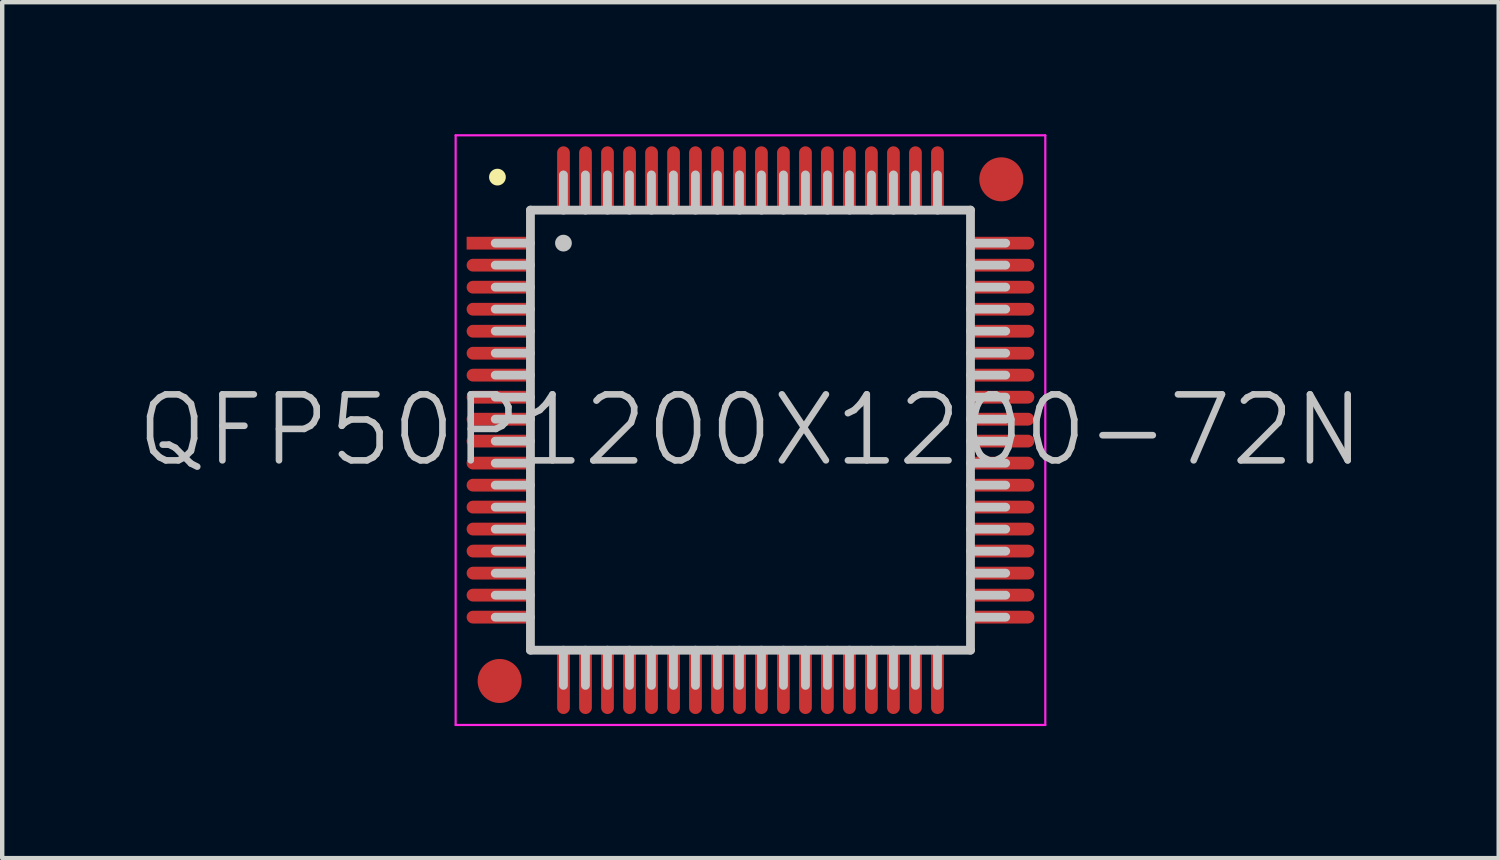
<source format=kicad_pcb>
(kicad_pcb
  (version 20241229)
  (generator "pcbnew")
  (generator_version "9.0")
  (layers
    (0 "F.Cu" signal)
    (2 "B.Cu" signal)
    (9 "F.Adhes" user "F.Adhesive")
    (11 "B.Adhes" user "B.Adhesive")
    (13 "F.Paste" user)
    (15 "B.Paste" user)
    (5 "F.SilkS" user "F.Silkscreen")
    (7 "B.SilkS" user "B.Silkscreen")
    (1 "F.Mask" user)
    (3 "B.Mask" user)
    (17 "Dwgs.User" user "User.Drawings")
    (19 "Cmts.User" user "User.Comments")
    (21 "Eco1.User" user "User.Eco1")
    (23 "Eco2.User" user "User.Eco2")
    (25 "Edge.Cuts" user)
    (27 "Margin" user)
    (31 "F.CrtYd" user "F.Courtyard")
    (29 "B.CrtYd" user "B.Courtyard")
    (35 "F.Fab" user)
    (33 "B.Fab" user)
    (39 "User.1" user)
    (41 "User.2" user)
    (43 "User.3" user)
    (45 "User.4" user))
  (footprint "QFP50P1200X1200-72N"
    (layer "F.Cu")
    (at 14.004 6.725)
    (property "Reference" "QFP50P1200X1200-72N" (at 0 0 0) (layer "Dwgs.User") (effects (font (size 1.5 1.5) (thickness 0.15))))
    (attr smd)
    (fp_line (start -5.75 -5.75) (end -5.75 -5.75) (stroke (width 0.381) (type solid)) (layer "F.SilkS"))
    (fp_line (start -5 -5) (end -5 5) (stroke (width 0.2) (type solid)) (layer "Dwgs.User"))
    (fp_line (start -5 -5) (end 5 -5) (stroke (width 0.2) (type solid)) (layer "Dwgs.User"))
    (fp_line (start -5 -4.25) (end -5.8 -4.25) (stroke (width 0.2) (type solid)) (layer "Dwgs.User"))
    (fp_line (start -5 -3.75) (end -5.8 -3.75) (stroke (width 0.2) (type solid)) (layer "Dwgs.User"))
    (fp_line (start -5 -3.25) (end -5.8 -3.25) (stroke (width 0.2) (type solid)) (layer "Dwgs.User"))
    (fp_line (start -5 -2.75) (end -5.8 -2.75) (stroke (width 0.2) (type solid)) (layer "Dwgs.User"))
    (fp_line (start -5 -2.25) (end -5.8 -2.25) (stroke (width 0.2) (type solid)) (layer "Dwgs.User"))
    (fp_line (start -5 -1.75) (end -5.8 -1.75) (stroke (width 0.2) (type solid)) (layer "Dwgs.User"))
    (fp_line (start -5 -1.25) (end -5.8 -1.25) (stroke (width 0.2) (type solid)) (layer "Dwgs.User"))
    (fp_line (start -5 -0.75) (end -5.8 -0.75) (stroke (width 0.2) (type solid)) (layer "Dwgs.User"))
    (fp_line (start -5 -0.25) (end -5.8 -0.25) (stroke (width 0.2) (type solid)) (layer "Dwgs.User"))
    (fp_line (start -5 0.25) (end -5.8 0.25) (stroke (width 0.2) (type solid)) (layer "Dwgs.User"))
    (fp_line (start -5 0.75) (end -5.8 0.75) (stroke (width 0.2) (type solid)) (layer "Dwgs.User"))
    (fp_line (start -5 1.25) (end -5.8 1.25) (stroke (width 0.2) (type solid)) (layer "Dwgs.User"))
    (fp_line (start -5 1.75) (end -5.8 1.75) (stroke (width 0.2) (type solid)) (layer "Dwgs.User"))
    (fp_line (start -5 2.25) (end -5.8 2.25) (stroke (width 0.2) (type solid)) (layer "Dwgs.User"))
    (fp_line (start -5 2.75) (end -5.8 2.75) (stroke (width 0.2) (type solid)) (layer "Dwgs.User"))
    (fp_line (start -5 3.25) (end -5.8 3.25) (stroke (width 0.2) (type solid)) (layer "Dwgs.User"))
    (fp_line (start -5 3.75) (end -5.8 3.75) (stroke (width 0.2) (type solid)) (layer "Dwgs.User"))
    (fp_line (start -5 4.25) (end -5.8 4.25) (stroke (width 0.2) (type solid)) (layer "Dwgs.User"))
    (fp_line (start -5 5) (end 5 5) (stroke (width 0.2) (type solid)) (layer "Dwgs.User"))
    (fp_line (start -4.25 -5) (end -4.25 -5.8) (stroke (width 0.2) (type solid)) (layer "Dwgs.User"))
    (fp_line (start -4.25 -4.25) (end -4.25 -4.25) (stroke (width 0.381) (type solid)) (layer "Dwgs.User"))
    (fp_line (start -4.25 5.8) (end -4.25 5) (stroke (width 0.2) (type solid)) (layer "Dwgs.User"))
    (fp_line (start -3.75 -5) (end -3.75 -5.8) (stroke (width 0.2) (type solid)) (layer "Dwgs.User"))
    (fp_line (start -3.75 5.8) (end -3.75 5) (stroke (width 0.2) (type solid)) (layer "Dwgs.User"))
    (fp_line (start -3.25 -5) (end -3.25 -5.8) (stroke (width 0.2) (type solid)) (layer "Dwgs.User"))
    (fp_line (start -3.25 5.8) (end -3.25 5) (stroke (width 0.2) (type solid)) (layer "Dwgs.User"))
    (fp_line (start -2.75 -5) (end -2.75 -5.8) (stroke (width 0.2) (type solid)) (layer "Dwgs.User"))
    (fp_line (start -2.75 5.8) (end -2.75 5) (stroke (width 0.2) (type solid)) (layer "Dwgs.User"))
    (fp_line (start -2.25 -5) (end -2.25 -5.8) (stroke (width 0.2) (type solid)) (layer "Dwgs.User"))
    (fp_line (start -2.25 5.8) (end -2.25 5) (stroke (width 0.2) (type solid)) (layer "Dwgs.User"))
    (fp_line (start -1.75 -5) (end -1.75 -5.8) (stroke (width 0.2) (type solid)) (layer "Dwgs.User"))
    (fp_line (start -1.75 5.8) (end -1.75 5) (stroke (width 0.2) (type solid)) (layer "Dwgs.User"))
    (fp_line (start -1.25 -5) (end -1.25 -5.8) (stroke (width 0.2) (type solid)) (layer "Dwgs.User"))
    (fp_line (start -1.25 5.8) (end -1.25 5) (stroke (width 0.2) (type solid)) (layer "Dwgs.User"))
    (fp_line (start -0.75 -5) (end -0.75 -5.8) (stroke (width 0.2) (type solid)) (layer "Dwgs.User"))
    (fp_line (start -0.75 5.8) (end -0.75 5) (stroke (width 0.2) (type solid)) (layer "Dwgs.User"))
    (fp_line (start -0.25 -5) (end -0.25 -5.8) (stroke (width 0.2) (type solid)) (layer "Dwgs.User"))
    (fp_line (start -0.25 5.8) (end -0.25 5) (stroke (width 0.2) (type solid)) (layer "Dwgs.User"))
    (fp_line (start 0.25 -5) (end 0.25 -5.8) (stroke (width 0.2) (type solid)) (layer "Dwgs.User"))
    (fp_line (start 0.25 5.8) (end 0.25 5) (stroke (width 0.2) (type solid)) (layer "Dwgs.User"))
    (fp_line (start 0.75 -5) (end 0.75 -5.8) (stroke (width 0.2) (type solid)) (layer "Dwgs.User"))
    (fp_line (start 0.75 5.8) (end 0.75 5) (stroke (width 0.2) (type solid)) (layer "Dwgs.User"))
    (fp_line (start 1.25 -5) (end 1.25 -5.8) (stroke (width 0.2) (type solid)) (layer "Dwgs.User"))
    (fp_line (start 1.25 5.8) (end 1.25 5) (stroke (width 0.2) (type solid)) (layer "Dwgs.User"))
    (fp_line (start 1.75 -5) (end 1.75 -5.8) (stroke (width 0.2) (type solid)) (layer "Dwgs.User"))
    (fp_line (start 1.75 5.8) (end 1.75 5) (stroke (width 0.2) (type solid)) (layer "Dwgs.User"))
    (fp_line (start 2.25 -5) (end 2.25 -5.8) (stroke (width 0.2) (type solid)) (layer "Dwgs.User"))
    (fp_line (start 2.25 5.8) (end 2.25 5) (stroke (width 0.2) (type solid)) (layer "Dwgs.User"))
    (fp_line (start 2.75 -5) (end 2.75 -5.8) (stroke (width 0.2) (type solid)) (layer "Dwgs.User"))
    (fp_line (start 2.75 5.8) (end 2.75 5) (stroke (width 0.2) (type solid)) (layer "Dwgs.User"))
    (fp_line (start 3.25 -5) (end 3.25 -5.8) (stroke (width 0.2) (type solid)) (layer "Dwgs.User"))
    (fp_line (start 3.25 5.8) (end 3.25 5) (stroke (width 0.2) (type solid)) (layer "Dwgs.User"))
    (fp_line (start 3.75 -5) (end 3.75 -5.8) (stroke (width 0.2) (type solid)) (layer "Dwgs.User"))
    (fp_line (start 3.75 5.8) (end 3.75 5) (stroke (width 0.2) (type solid)) (layer "Dwgs.User"))
    (fp_line (start 4.25 -5) (end 4.25 -5.8) (stroke (width 0.2) (type solid)) (layer "Dwgs.User"))
    (fp_line (start 4.25 5.8) (end 4.25 5) (stroke (width 0.2) (type solid)) (layer "Dwgs.User"))
    (fp_line (start 5 -5) (end 5 5) (stroke (width 0.2) (type solid)) (layer "Dwgs.User"))
    (fp_line (start 5.8 -4.25) (end 5 -4.25) (stroke (width 0.2) (type solid)) (layer "Dwgs.User"))
    (fp_line (start 5.8 -3.75) (end 5 -3.75) (stroke (width 0.2) (type solid)) (layer "Dwgs.User"))
    (fp_line (start 5.8 -3.25) (end 5 -3.25) (stroke (width 0.2) (type solid)) (layer "Dwgs.User"))
    (fp_line (start 5.8 -2.75) (end 5 -2.75) (stroke (width 0.2) (type solid)) (layer "Dwgs.User"))
    (fp_line (start 5.8 -2.25) (end 5 -2.25) (stroke (width 0.2) (type solid)) (layer "Dwgs.User"))
    (fp_line (start 5.8 -1.75) (end 5 -1.75) (stroke (width 0.2) (type solid)) (layer "Dwgs.User"))
    (fp_line (start 5.8 -1.25) (end 5 -1.25) (stroke (width 0.2) (type solid)) (layer "Dwgs.User"))
    (fp_line (start 5.8 -0.75) (end 5 -0.75) (stroke (width 0.2) (type solid)) (layer "Dwgs.User"))
    (fp_line (start 5.8 -0.25) (end 5 -0.25) (stroke (width 0.2) (type solid)) (layer "Dwgs.User"))
    (fp_line (start 5.8 0.25) (end 5 0.25) (stroke (width 0.2) (type solid)) (layer "Dwgs.User"))
    (fp_line (start 5.8 0.75) (end 5 0.75) (stroke (width 0.2) (type solid)) (layer "Dwgs.User"))
    (fp_line (start 5.8 1.25) (end 5 1.25) (stroke (width 0.2) (type solid)) (layer "Dwgs.User"))
    (fp_line (start 5.8 1.75) (end 5 1.75) (stroke (width 0.2) (type solid)) (layer "Dwgs.User"))
    (fp_line (start 5.8 2.25) (end 5 2.25) (stroke (width 0.2) (type solid)) (layer "Dwgs.User"))
    (fp_line (start 5.8 2.75) (end 5 2.75) (stroke (width 0.2) (type solid)) (layer "Dwgs.User"))
    (fp_line (start 5.8 3.25) (end 5 3.25) (stroke (width 0.2) (type solid)) (layer "Dwgs.User"))
    (fp_line (start 5.8 3.75) (end 5 3.75) (stroke (width 0.2) (type solid)) (layer "Dwgs.User"))
    (fp_line (start 5.8 4.25) (end 5 4.25) (stroke (width 0.2) (type solid)) (layer "Dwgs.User"))
    (fp_line (start -6.7 -6.7) (end -6.7 6.7) (stroke (width 0.05) (type solid)) (layer "F.CrtYd"))
    (fp_line (start -6.7 -6.7) (end 6.7 -6.7) (stroke (width 0.05) (type solid)) (layer "F.CrtYd"))
    (fp_line (start -6.7 6.7) (end 6.7 6.7) (stroke (width 0.05) (type solid)) (layer "F.CrtYd"))
    (fp_line (start 6.7 -6.7) (end 6.7 6.7) (stroke (width 0.05) (type solid)) (layer "F.CrtYd"))
    (pad "" smd circle (at -5.7 5.7) (size 1 1) (layers "F.Cu" "F.Mask"))
    (pad "" smd circle (at 5.7 -5.7) (size 1 1) (layers "F.Cu" "F.Mask"))
    (pad "1" smd rect (at -5.7 -4.249 90) (size 0.29 1.5) (layers "F.Cu" "F.Mask" "F.Paste"))
    (pad "2" smd oval (at -5.7 -3.749 90) (size 0.29 1.5) (layers "F.Cu" "F.Mask" "F.Paste"))
    (pad "3" smd oval (at -5.7 -3.249 90) (size 0.29 1.5) (layers "F.Cu" "F.Mask" "F.Paste"))
    (pad "4" smd oval (at -5.7 -2.748 90) (size 0.29 1.5) (layers "F.Cu" "F.Mask" "F.Paste"))
    (pad "5" smd oval (at -5.7 -2.248 90) (size 0.29 1.5) (layers "F.Cu" "F.Mask" "F.Paste"))
    (pad "6" smd oval (at -5.7 -1.748 90) (size 0.29 1.5) (layers "F.Cu" "F.Mask" "F.Paste"))
    (pad "7" smd oval (at -5.7 -1.25 90) (size 0.29 1.5) (layers "F.Cu" "F.Mask" "F.Paste"))
    (pad "8" smd oval (at -5.7 -0.749 90) (size 0.29 1.5) (layers "F.Cu" "F.Mask" "F.Paste"))
    (pad "9" smd oval (at -5.7 -0.249 90) (size 0.29 1.5) (layers "F.Cu" "F.Mask" "F.Paste"))
    (pad "10" smd oval (at -5.7 0.249 90) (size 0.29 1.5) (layers "F.Cu" "F.Mask" "F.Paste"))
    (pad "11" smd oval (at -5.7 0.749 90) (size 0.29 1.5) (layers "F.Cu" "F.Mask" "F.Paste"))
    (pad "12" smd oval (at -5.7 1.25 90) (size 0.29 1.5) (layers "F.Cu" "F.Mask" "F.Paste"))
    (pad "13" smd oval (at -5.7 1.748 90) (size 0.29 1.5) (layers "F.Cu" "F.Mask" "F.Paste"))
    (pad "14" smd oval (at -5.7 2.248 90) (size 0.29 1.5) (layers "F.Cu" "F.Mask" "F.Paste"))
    (pad "15" smd oval (at -5.7 2.748 90) (size 0.29 1.5) (layers "F.Cu" "F.Mask" "F.Paste"))
    (pad "16" smd oval (at -5.7 3.249 90) (size 0.29 1.5) (layers "F.Cu" "F.Mask" "F.Paste"))
    (pad "17" smd oval (at -5.7 3.749 90) (size 0.29 1.5) (layers "F.Cu" "F.Mask" "F.Paste"))
    (pad "18" smd oval (at -5.7 4.249 90) (size 0.29 1.5) (layers "F.Cu" "F.Mask" "F.Paste"))
    (pad "19" smd oval (at -4.249 5.7 180) (size 0.29 1.5) (layers "F.Cu" "F.Mask" "F.Paste"))
    (pad "20" smd oval (at -3.749 5.7 180) (size 0.29 1.5) (layers "F.Cu" "F.Mask" "F.Paste"))
    (pad "21" smd oval (at -3.249 5.7 180) (size 0.29 1.5) (layers "F.Cu" "F.Mask" "F.Paste"))
    (pad "22" smd oval (at -2.748 5.7 180) (size 0.29 1.5) (layers "F.Cu" "F.Mask" "F.Paste"))
    (pad "23" smd oval (at -2.248 5.7 180) (size 0.29 1.5) (layers "F.Cu" "F.Mask" "F.Paste"))
    (pad "24" smd oval (at -1.748 5.7 180) (size 0.29 1.5) (layers "F.Cu" "F.Mask" "F.Paste"))
    (pad "25" smd oval (at -1.25 5.7 180) (size 0.29 1.5) (layers "F.Cu" "F.Mask" "F.Paste"))
    (pad "26" smd oval (at -0.749 5.7 180) (size 0.29 1.5) (layers "F.Cu" "F.Mask" "F.Paste"))
    (pad "27" smd oval (at -0.249 5.7 180) (size 0.29 1.5) (layers "F.Cu" "F.Mask" "F.Paste"))
    (pad "28" smd oval (at 0.249 5.7 180) (size 0.29 1.5) (layers "F.Cu" "F.Mask" "F.Paste"))
    (pad "29" smd oval (at 0.749 5.7 180) (size 0.29 1.5) (layers "F.Cu" "F.Mask" "F.Paste"))
    (pad "30" smd oval (at 1.25 5.7 180) (size 0.29 1.5) (layers "F.Cu" "F.Mask" "F.Paste"))
    (pad "31" smd oval (at 1.748 5.7 180) (size 0.29 1.5) (layers "F.Cu" "F.Mask" "F.Paste"))
    (pad "32" smd oval (at 2.248 5.7 180) (size 0.29 1.5) (layers "F.Cu" "F.Mask" "F.Paste"))
    (pad "33" smd oval (at 2.748 5.7 180) (size 0.29 1.5) (layers "F.Cu" "F.Mask" "F.Paste"))
    (pad "34" smd oval (at 3.249 5.7 180) (size 0.29 1.5) (layers "F.Cu" "F.Mask" "F.Paste"))
    (pad "35" smd oval (at 3.749 5.7 180) (size 0.29 1.5) (layers "F.Cu" "F.Mask" "F.Paste"))
    (pad "36" smd oval (at 4.249 5.7 180) (size 0.29 1.5) (layers "F.Cu" "F.Mask" "F.Paste"))
    (pad "37" smd oval (at 5.7 4.249 270) (size 0.29 1.5) (layers "F.Cu" "F.Mask" "F.Paste"))
    (pad "38" smd oval (at 5.7 3.749 270) (size 0.29 1.5) (layers "F.Cu" "F.Mask" "F.Paste"))
    (pad "39" smd oval (at 5.7 3.249 270) (size 0.29 1.5) (layers "F.Cu" "F.Mask" "F.Paste"))
    (pad "40" smd oval (at 5.7 2.748 270) (size 0.29 1.5) (layers "F.Cu" "F.Mask" "F.Paste"))
    (pad "41" smd oval (at 5.7 2.248 270) (size 0.29 1.5) (layers "F.Cu" "F.Mask" "F.Paste"))
    (pad "42" smd oval (at 5.7 1.748 270) (size 0.29 1.5) (layers "F.Cu" "F.Mask" "F.Paste"))
    (pad "43" smd oval (at 5.7 1.25 270) (size 0.29 1.5) (layers "F.Cu" "F.Mask" "F.Paste"))
    (pad "44" smd oval (at 5.7 0.749 270) (size 0.29 1.5) (layers "F.Cu" "F.Mask" "F.Paste"))
    (pad "45" smd oval (at 5.7 0.249 270) (size 0.29 1.5) (layers "F.Cu" "F.Mask" "F.Paste"))
    (pad "46" smd oval (at 5.7 -0.249 270) (size 0.29 1.5) (layers "F.Cu" "F.Mask" "F.Paste"))
    (pad "47" smd oval (at 5.7 -0.749 270) (size 0.29 1.5) (layers "F.Cu" "F.Mask" "F.Paste"))
    (pad "48" smd oval (at 5.7 -1.25 270) (size 0.29 1.5) (layers "F.Cu" "F.Mask" "F.Paste"))
    (pad "49" smd oval (at 5.7 -1.748 270) (size 0.29 1.5) (layers "F.Cu" "F.Mask" "F.Paste"))
    (pad "50" smd oval (at 5.7 -2.248 270) (size 0.29 1.5) (layers "F.Cu" "F.Mask" "F.Paste"))
    (pad "51" smd oval (at 5.7 -2.748 270) (size 0.29 1.5) (layers "F.Cu" "F.Mask" "F.Paste"))
    (pad "52" smd oval (at 5.7 -3.249 270) (size 0.29 1.5) (layers "F.Cu" "F.Mask" "F.Paste"))
    (pad "53" smd oval (at 5.7 -3.749 270) (size 0.29 1.5) (layers "F.Cu" "F.Mask" "F.Paste"))
    (pad "54" smd oval (at 5.7 -4.249 270) (size 0.29 1.5) (layers "F.Cu" "F.Mask" "F.Paste"))
    (pad "55" smd oval (at 4.249 -5.7) (size 0.29 1.5) (layers "F.Cu" "F.Mask" "F.Paste"))
    (pad "56" smd oval (at 3.749 -5.7) (size 0.29 1.5) (layers "F.Cu" "F.Mask" "F.Paste"))
    (pad "57" smd oval (at 3.249 -5.7) (size 0.29 1.5) (layers "F.Cu" "F.Mask" "F.Paste"))
    (pad "58" smd oval (at 2.748 -5.7) (size 0.29 1.5) (layers "F.Cu" "F.Mask" "F.Paste"))
    (pad "59" smd oval (at 2.248 -5.7) (size 0.29 1.5) (layers "F.Cu" "F.Mask" "F.Paste"))
    (pad "60" smd oval (at 1.748 -5.7) (size 0.29 1.5) (layers "F.Cu" "F.Mask" "F.Paste"))
    (pad "61" smd oval (at 1.25 -5.7) (size 0.29 1.5) (layers "F.Cu" "F.Mask" "F.Paste"))
    (pad "62" smd oval (at 0.749 -5.7) (size 0.29 1.5) (layers "F.Cu" "F.Mask" "F.Paste"))
    (pad "63" smd oval (at 0.249 -5.7) (size 0.29 1.5) (layers "F.Cu" "F.Mask" "F.Paste"))
    (pad "64" smd oval (at -0.249 -5.7) (size 0.29 1.5) (layers "F.Cu" "F.Mask" "F.Paste"))
    (pad "65" smd oval (at -0.749 -5.7) (size 0.29 1.5) (layers "F.Cu" "F.Mask" "F.Paste"))
    (pad "66" smd oval (at -1.25 -5.7) (size 0.29 1.5) (layers "F.Cu" "F.Mask" "F.Paste"))
    (pad "67" smd oval (at -1.748 -5.7) (size 0.29 1.5) (layers "F.Cu" "F.Mask" "F.Paste"))
    (pad "68" smd oval (at -2.248 -5.7) (size 0.29 1.5) (layers "F.Cu" "F.Mask" "F.Paste"))
    (pad "69" smd oval (at -2.748 -5.7) (size 0.29 1.5) (layers "F.Cu" "F.Mask" "F.Paste"))
    (pad "70" smd oval (at -3.249 -5.7) (size 0.29 1.5) (layers "F.Cu" "F.Mask" "F.Paste"))
    (pad "71" smd oval (at -3.749 -5.7) (size 0.29 1.5) (layers "F.Cu" "F.Mask" "F.Paste"))
    (pad "72" smd oval (at -4.249 -5.7) (size 0.29 1.5) (layers "F.Cu" "F.Mask" "F.Paste")))
  (gr_rect
    (start -3 -3)
    (end 31.007 16.45)
    (stroke (width 0.1) (type default))
    (fill no)
    (layer "Edge.Cuts")))
</source>
